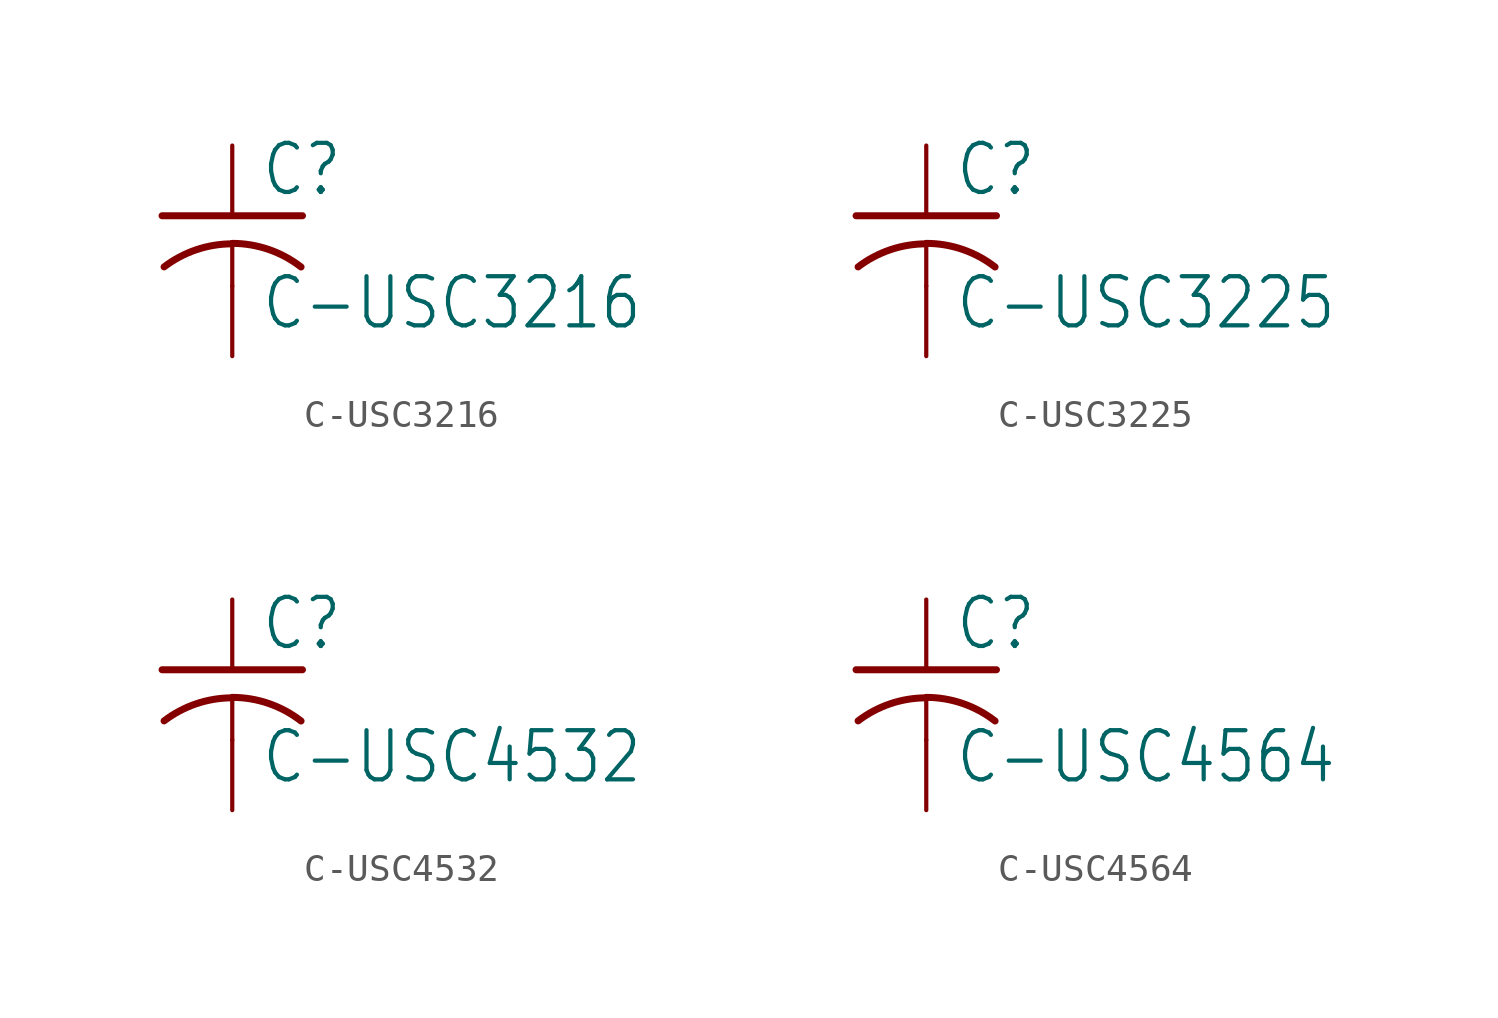
<source format=kicad_sym>
(kicad_symbol_lib
  (version 20211014)
  (generator kicad_symbol_editor)
  (symbol "C-USC3216"
    (property "Reference" "C"
      (at 1.016 0.635 0)
      (effects (font (size 1.778 1.511)) (justify left bottom)))
    (property "Value" "C-USC3216"
      (at 1.016 -4.191 0)
      (effects (font (size 1.778 1.511)) (justify left bottom)))
    (property "ki_locked" ""
      (at 0 0 0)
      (effects (font (size 1.27 1.27))))
    (symbol "C-USC3216_1_0"
      (arc (start 0 -1.0161) (mid -1.302 -1.2303) (end -2.4668 -1.8504) (stroke (width 0.254) (type default) (color 0 0 0 0)) (fill (type none)))
      (polyline (pts (xy -2.54 0) (xy 2.54 0)) (stroke (width 0.254) (type default) (color 0 0 0 0)) (fill (type none)))
      (polyline (pts (xy 0 -1.016) (xy 0 -2.54)) (stroke (width 0.152) (type default) (color 0 0 0 0)) (fill (type none)))
      (polyline (pts (xy 0 -1.016) (xy 0 -1.016)) (stroke (width 0.152) (type default) (color 0 0 0 0)) (fill (type none)))
      (arc (start 2.4892 -1.8542) (mid 1.3158 -1.2195) (end 0 -1) (stroke (width 0.254) (type default) (color 0 0 0 0)) (fill (type none)))
      (pin passive line (at 0 2.54 270) (length 2.54) (name "1" (effects (font (size 0 0)))) (number "1" (effects (font (size 0 0)))))
      (pin passive line (at 0 -5.08 90) (length 2.54) (name "2" (effects (font (size 0 0)))) (number "2" (effects (font (size 0 0)))))))
  (symbol "C-USC3225"
    (property "Reference" "C"
      (at 1.016 0.635 0)
      (effects (font (size 1.778 1.511)) (justify left bottom)))
    (property "Value" "C-USC3225"
      (at 1.016 -4.191 0)
      (effects (font (size 1.778 1.511)) (justify left bottom)))
    (property "ki_locked" ""
      (at 0 0 0)
      (effects (font (size 1.27 1.27))))
    (symbol "C-USC3225_1_0"
      (arc (start 0 -1.0161) (mid -1.302 -1.2303) (end -2.4668 -1.8504) (stroke (width 0.254) (type default) (color 0 0 0 0)) (fill (type none)))
      (polyline (pts (xy -2.54 0) (xy 2.54 0)) (stroke (width 0.254) (type default) (color 0 0 0 0)) (fill (type none)))
      (polyline (pts (xy 0 -1.016) (xy 0 -2.54)) (stroke (width 0.152) (type default) (color 0 0 0 0)) (fill (type none)))
      (polyline (pts (xy 0 -1.016) (xy 0 -1.016)) (stroke (width 0.152) (type default) (color 0 0 0 0)) (fill (type none)))
      (arc (start 2.4892 -1.8542) (mid 1.3158 -1.2195) (end 0 -1) (stroke (width 0.254) (type default) (color 0 0 0 0)) (fill (type none)))
      (pin passive line (at 0 2.54 270) (length 2.54) (name "1" (effects (font (size 0 0)))) (number "1" (effects (font (size 0 0)))))
      (pin passive line (at 0 -5.08 90) (length 2.54) (name "2" (effects (font (size 0 0)))) (number "2" (effects (font (size 0 0)))))))
  (symbol "C-USC4532"
    (property "Reference" "C"
      (at 1.016 0.635 0)
      (effects (font (size 1.778 1.511)) (justify left bottom)))
    (property "Value" "C-USC4532"
      (at 1.016 -4.191 0)
      (effects (font (size 1.778 1.511)) (justify left bottom)))
    (property "ki_locked" ""
      (at 0 0 0)
      (effects (font (size 1.27 1.27))))
    (symbol "C-USC4532_1_0"
      (arc (start 0 -1.0161) (mid -1.302 -1.2303) (end -2.4668 -1.8504) (stroke (width 0.254) (type default) (color 0 0 0 0)) (fill (type none)))
      (polyline (pts (xy -2.54 0) (xy 2.54 0)) (stroke (width 0.254) (type default) (color 0 0 0 0)) (fill (type none)))
      (polyline (pts (xy 0 -1.016) (xy 0 -2.54)) (stroke (width 0.152) (type default) (color 0 0 0 0)) (fill (type none)))
      (polyline (pts (xy 0 -1.016) (xy 0 -1.016)) (stroke (width 0.152) (type default) (color 0 0 0 0)) (fill (type none)))
      (arc (start 2.4892 -1.8542) (mid 1.3158 -1.2195) (end 0 -1) (stroke (width 0.254) (type default) (color 0 0 0 0)) (fill (type none)))
      (pin passive line (at 0 2.54 270) (length 2.54) (name "1" (effects (font (size 0 0)))) (number "1" (effects (font (size 0 0)))))
      (pin passive line (at 0 -5.08 90) (length 2.54) (name "2" (effects (font (size 0 0)))) (number "2" (effects (font (size 0 0)))))))
  (symbol "C-USC4564"
    (property "Reference" "C"
      (at 1.016 0.635 0)
      (effects (font (size 1.778 1.511)) (justify left bottom)))
    (property "Value" "C-USC4564"
      (at 1.016 -4.191 0)
      (effects (font (size 1.778 1.511)) (justify left bottom)))
    (property "ki_locked" ""
      (at 0 0 0)
      (effects (font (size 1.27 1.27))))
    (symbol "C-USC4564_1_0"
      (arc (start 0 -1.0161) (mid -1.302 -1.2303) (end -2.4668 -1.8504) (stroke (width 0.254) (type default) (color 0 0 0 0)) (fill (type none)))
      (polyline (pts (xy -2.54 0) (xy 2.54 0)) (stroke (width 0.254) (type default) (color 0 0 0 0)) (fill (type none)))
      (polyline (pts (xy 0 -1.016) (xy 0 -2.54)) (stroke (width 0.152) (type default) (color 0 0 0 0)) (fill (type none)))
      (polyline (pts (xy 0 -1.016) (xy 0 -1.016)) (stroke (width 0.152) (type default) (color 0 0 0 0)) (fill (type none)))
      (arc (start 2.4892 -1.8542) (mid 1.3158 -1.2195) (end 0 -1) (stroke (width 0.254) (type default) (color 0 0 0 0)) (fill (type none)))
      (pin passive line (at 0 2.54 270) (length 2.54) (name "1" (effects (font (size 0 0)))) (number "1" (effects (font (size 0 0)))))
      (pin passive line (at 0 -5.08 90) (length 2.54) (name "2" (effects (font (size 0 0)))) (number "2" (effects (font (size 0 0))))))))
</source>
